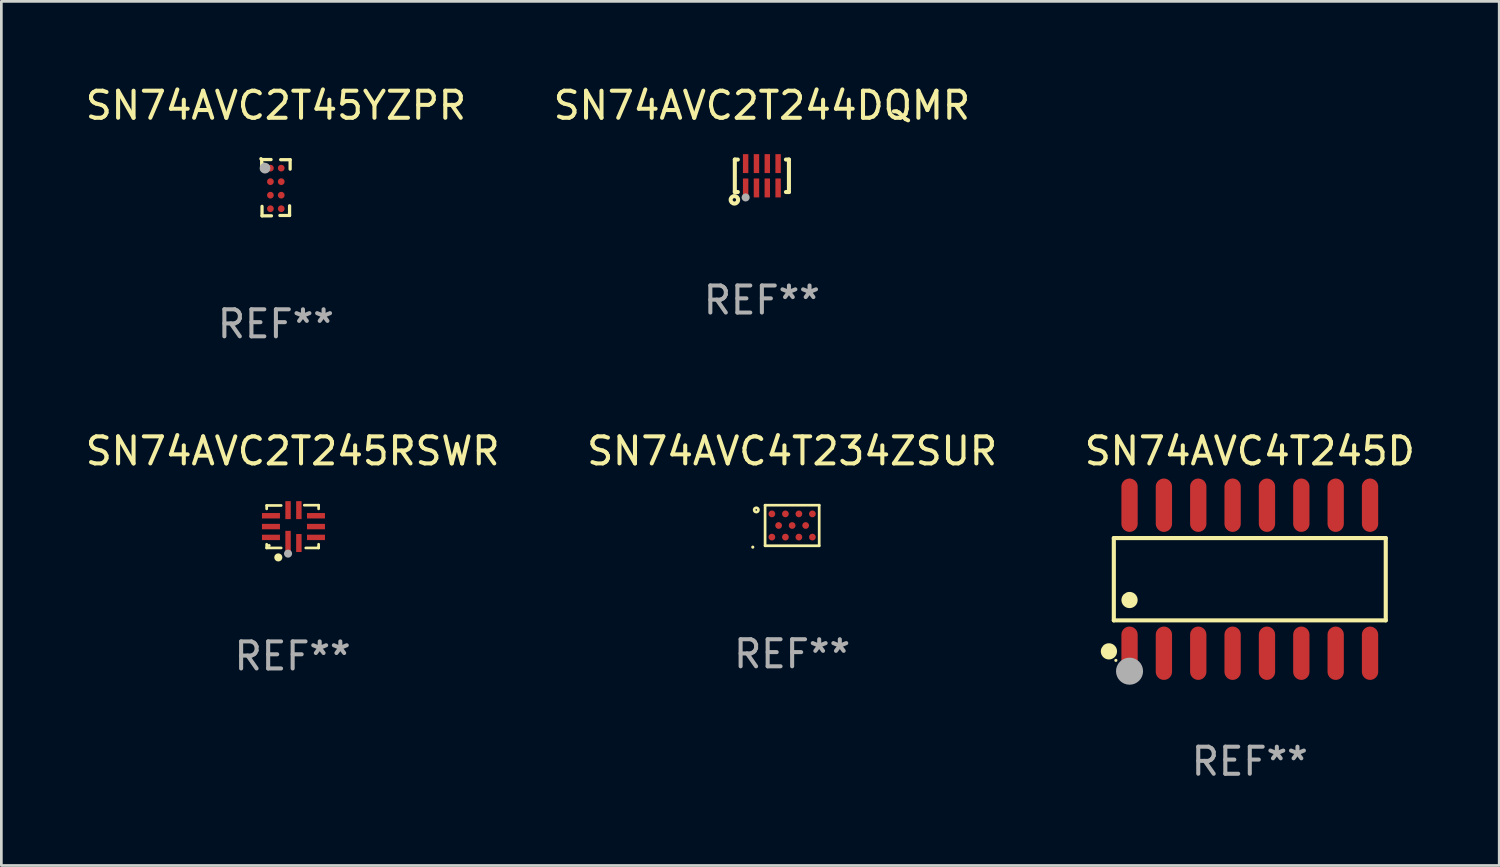
<source format=kicad_pcb>
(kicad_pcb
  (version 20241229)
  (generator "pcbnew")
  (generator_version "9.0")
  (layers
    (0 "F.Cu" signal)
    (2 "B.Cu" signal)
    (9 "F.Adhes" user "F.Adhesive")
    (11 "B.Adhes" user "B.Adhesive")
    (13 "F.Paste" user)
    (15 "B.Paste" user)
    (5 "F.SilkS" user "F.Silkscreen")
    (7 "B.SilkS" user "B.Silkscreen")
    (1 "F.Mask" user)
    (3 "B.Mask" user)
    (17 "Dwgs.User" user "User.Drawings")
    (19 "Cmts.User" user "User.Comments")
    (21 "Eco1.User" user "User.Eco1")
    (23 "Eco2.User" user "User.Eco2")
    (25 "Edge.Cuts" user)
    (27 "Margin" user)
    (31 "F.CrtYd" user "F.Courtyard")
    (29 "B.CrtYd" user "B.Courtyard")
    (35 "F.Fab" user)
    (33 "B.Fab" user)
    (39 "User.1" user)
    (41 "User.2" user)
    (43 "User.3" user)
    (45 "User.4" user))
  (footprint "SN74AVC4T234ZSUR"
    (layer "F.Cu")
    (at 26.232 16.375)
    (property "Reference" "SN74AVC4T234ZSUR" (at 0 -2.75 0) (layer "F.SilkS") (effects (font (size 1 1) (thickness 0.15))))
    (attr through_hole)
    (fp_line (start -1 -0.75) (end 1 -0.75) (stroke (width 0.1) (type solid)) (layer "F.SilkS"))
    (fp_line (start -1 0.75) (end -1 -0.75) (stroke (width 0.1) (type solid)) (layer "F.SilkS"))
    (fp_line (start -1 0.75) (end 1 0.75) (stroke (width 0.1) (type solid)) (layer "F.SilkS"))
    (fp_line (start 1 -0.75) (end 1 0.75) (stroke (width 0.1) (type solid)) (layer "F.SilkS"))
    (fp_circle (center -1.455 0.8) (end -1.425 0.8) (stroke (width 0.06) (type solid)) (fill no) (layer "F.SilkS"))
    (fp_circle (center -1.325 -0.575) (end -1.245 -0.575) (stroke (width 0.1) (type solid)) (fill no) (layer "F.SilkS"))
    (fp_text user "REF**" (at 0 4.75 0) (layer "F.Fab") (effects (font (size 1 1) (thickness 0.15))))
    (pad "A1" smd circle (at -0.749 -0.429) (size 0.25 0.25) (layers "F.Cu" "F.Mask" "F.Paste"))
    (pad "A3" smd circle (at -0.249 -0.429) (size 0.25 0.25) (layers "F.Cu" "F.Mask" "F.Paste"))
    (pad "A5" smd circle (at 0.249 -0.429) (size 0.25 0.25) (layers "F.Cu" "F.Mask" "F.Paste"))
    (pad "A7" smd circle (at 0.749 -0.429) (size 0.25 0.25) (layers "F.Cu" "F.Mask" "F.Paste"))
    (pad "B2" smd circle (at -0.5 0) (size 0.25 0.25) (layers "F.Cu" "F.Mask" "F.Paste"))
    (pad "B4" smd circle (at 0 0) (size 0.25 0.25) (layers "F.Cu" "F.Mask" "F.Paste"))
    (pad "B6" smd circle (at 0.5 0) (size 0.25 0.25) (layers "F.Cu" "F.Mask" "F.Paste"))
    (pad "C1" smd circle (at -0.749 0.429) (size 0.25 0.25) (layers "F.Cu" "F.Mask" "F.Paste"))
    (pad "C3" smd circle (at -0.249 0.429) (size 0.25 0.25) (layers "F.Cu" "F.Mask" "F.Paste"))
    (pad "C5" smd circle (at 0.249 0.429) (size 0.25 0.25) (layers "F.Cu" "F.Mask" "F.Paste"))
    (pad "C7" smd circle (at 0.749 0.429) (size 0.25 0.25) (layers "F.Cu" "F.Mask" "F.Paste")))
  (footprint "SN74AVC4T245D"
    (layer "F.Cu")
    (at 43.149 18.361)
    (property "Reference" "SN74AVC4T245D" (at 0 -4.736 0) (layer "F.SilkS") (effects (font (size 1 1) (thickness 0.15))))
    (attr through_hole)
    (fp_line (start -5.026 -1.521) (end 5.026 -1.521) (stroke (width 0.152) (type solid)) (layer "F.SilkS"))
    (fp_line (start -5.026 1.521) (end -5.026 -1.521) (stroke (width 0.152) (type solid)) (layer "F.SilkS"))
    (fp_line (start 5.026 -1.521) (end 5.026 1.521) (stroke (width 0.152) (type solid)) (layer "F.SilkS"))
    (fp_line (start 5.026 1.521) (end -5.026 1.521) (stroke (width 0.152) (type solid)) (layer "F.SilkS"))
    (fp_circle (center -5.207 2.667) (end -5.057 2.667) (stroke (width 0.3) (type solid)) (fill no) (layer "F.SilkS"))
    (fp_circle (center -4.95 3) (end -4.92 3) (stroke (width 0.06) (type solid)) (fill no) (layer "F.SilkS"))
    (fp_circle (center -4.445 0.769) (end -4.295 0.769) (stroke (width 0.3) (type solid)) (fill no) (layer "F.SilkS"))
    (fp_circle (center -4.445 3.4) (end -4.195 3.4) (stroke (width 0.5) (type solid)) (fill no) (layer "F.Fab"))
    (fp_text user "REF**" (at 0 6.736 0) (layer "F.Fab") (effects (font (size 1 1) (thickness 0.15))))
    (pad "1" smd oval (at -4.445 2.736) (size 0.602 1.971) (layers "F.Cu" "F.Mask" "F.Paste"))
    (pad "2" smd oval (at -3.175 2.736) (size 0.602 1.971) (layers "F.Cu" "F.Mask" "F.Paste"))
    (pad "3" smd oval (at -1.905 2.736) (size 0.602 1.971) (layers "F.Cu" "F.Mask" "F.Paste"))
    (pad "4" smd oval (at -0.635 2.736) (size 0.602 1.971) (layers "F.Cu" "F.Mask" "F.Paste"))
    (pad "5" smd oval (at 0.635 2.736) (size 0.602 1.971) (layers "F.Cu" "F.Mask" "F.Paste"))
    (pad "6" smd oval (at 1.905 2.736) (size 0.602 1.971) (layers "F.Cu" "F.Mask" "F.Paste"))
    (pad "7" smd oval (at 3.175 2.736) (size 0.602 1.971) (layers "F.Cu" "F.Mask" "F.Paste"))
    (pad "8" smd oval (at 4.445 2.736) (size 0.602 1.971) (layers "F.Cu" "F.Mask" "F.Paste"))
    (pad "9" smd oval (at 4.445 -2.736) (size 0.602 1.971) (layers "F.Cu" "F.Mask" "F.Paste"))
    (pad "10" smd oval (at 3.175 -2.736) (size 0.602 1.971) (layers "F.Cu" "F.Mask" "F.Paste"))
    (pad "11" smd oval (at 1.905 -2.736) (size 0.602 1.971) (layers "F.Cu" "F.Mask" "F.Paste"))
    (pad "12" smd oval (at 0.635 -2.736) (size 0.602 1.971) (layers "F.Cu" "F.Mask" "F.Paste"))
    (pad "13" smd oval (at -0.635 -2.736) (size 0.602 1.971) (layers "F.Cu" "F.Mask" "F.Paste"))
    (pad "14" smd oval (at -1.905 -2.736) (size 0.602 1.971) (layers "F.Cu" "F.Mask" "F.Paste"))
    (pad "15" smd oval (at -3.175 -2.736) (size 0.602 1.971) (layers "F.Cu" "F.Mask" "F.Paste"))
    (pad "16" smd oval (at -4.445 -2.736) (size 0.602 1.971) (layers "F.Cu" "F.Mask" "F.Paste")))
  (footprint "SN74AVC2T45YZPR"
    (layer "F.Cu")
    (at 7.149 3.888)
    (property "Reference" "SN74AVC2T45YZPR" (at 0 -3.04 0) (layer "F.SilkS") (effects (font (size 1 1) (thickness 0.15))))
    (attr through_hole)
    (fp_line (start -0.526 -1.04) (end -0.178 -1.04) (stroke (width 0.12) (type solid)) (layer "F.SilkS"))
    (fp_line (start -0.526 -0.69) (end -0.526 -1.04) (stroke (width 0.12) (type solid)) (layer "F.SilkS"))
    (fp_line (start -0.513 0.69) (end -0.513 1.04) (stroke (width 0.12) (type solid)) (layer "F.SilkS"))
    (fp_line (start -0.513 1.04) (end -0.163 1.04) (stroke (width 0.12) (type solid)) (layer "F.SilkS"))
    (fp_line (start 0.147 1.027) (end 0.505 1.027) (stroke (width 0.12) (type solid)) (layer "F.SilkS"))
    (fp_line (start 0.505 1.027) (end 0.505 0.669) (stroke (width 0.12) (type solid)) (layer "F.SilkS"))
    (fp_line (start 0.526 -1.035) (end 0.175 -1.035) (stroke (width 0.12) (type solid)) (layer "F.SilkS"))
    (fp_line (start 0.526 -0.685) (end 0.526 -1.035) (stroke (width 0.12) (type solid)) (layer "F.SilkS"))
    (fp_arc (start -0.55334 -1.062484) (mid -0.553095 -1.067827) (end -0.552375 -1.073127) (stroke (width 0.11999) (type solid)) (layer "F.SilkS"))
    (fp_circle (center -0.453 -0.873) (end -0.423 -0.873) (stroke (width 0.06) (type solid)) (fill no) (layer "F.SilkS"))
    (fp_circle (center -0.403 -0.723) (end -0.303 -0.723) (stroke (width 0.2) (type solid)) (fill no) (layer "F.Fab"))
    (fp_text user "REF**" (at 0 5.04 0) (layer "F.Fab") (effects (font (size 1 1) (thickness 0.15))))
    (pad "A1" smd circle (at -0.203 -0.723) (size 0.25 0.25) (layers "F.Cu" "F.Mask" "F.Paste"))
    (pad "A2" smd circle (at 0.197 -0.723) (size 0.25 0.25) (layers "F.Cu" "F.Mask" "F.Paste"))
    (pad "B1" smd circle (at -0.203 -0.223) (size 0.25 0.25) (layers "F.Cu" "F.Mask" "F.Paste"))
    (pad "B2" smd circle (at 0.197 -0.223) (size 0.25 0.25) (layers "F.Cu" "F.Mask" "F.Paste"))
    (pad "C1" smd circle (at -0.203 0.277) (size 0.25 0.25) (layers "F.Cu" "F.Mask" "F.Paste"))
    (pad "C2" smd circle (at 0.197 0.277) (size 0.25 0.25) (layers "F.Cu" "F.Mask" "F.Paste"))
    (pad "D1" smd circle (at -0.203 0.777) (size 0.25 0.25) (layers "F.Cu" "F.Mask" "F.Paste"))
    (pad "D2" smd circle (at 0.197 0.777) (size 0.25 0.25) (layers "F.Cu" "F.Mask" "F.Paste")))
  (footprint "SN74AVC2T244DQMR"
    (layer "F.Cu")
    (at 25.113 3.448)
    (property "Reference" "SN74AVC2T244DQMR" (at 0 -2.6 0) (layer "F.SilkS") (effects (font (size 1 1) (thickness 0.15))))
    (attr through_hole)
    (fp_line (start -1 -0.6) (end -1 0.6) (stroke (width 0.15) (type solid)) (layer "F.SilkS"))
    (fp_line (start -1 0.6) (end -0.889 0.6) (stroke (width 0.15) (type solid)) (layer "F.SilkS"))
    (fp_line (start -0.889 -0.6) (end -1 -0.6) (stroke (width 0.15) (type solid)) (layer "F.SilkS"))
    (fp_line (start 0.889 0.6) (end 1 0.6) (stroke (width 0.15) (type solid)) (layer "F.SilkS"))
    (fp_line (start 1 -0.6) (end 0.889 -0.6) (stroke (width 0.15) (type solid)) (layer "F.SilkS"))
    (fp_line (start 1 0.6) (end 1 -0.6) (stroke (width 0.15) (type solid)) (layer "F.SilkS"))
    (fp_circle (center -1.016 0.889) (end -0.953 0.889) (stroke (width 0.15) (type solid)) (fill no) (layer "F.SilkS"))
    (fp_circle (center -0.9 0.608) (end -0.87 0.608) (stroke (width 0.06) (type solid)) (fill no) (layer "F.SilkS"))
    (fp_circle (center -0.6 0.8) (end -0.525 0.8) (stroke (width 0.15) (type solid)) (fill no) (layer "F.Fab"))
    (fp_text user "REF**" (at 0 4.6 0) (layer "F.Fab") (effects (font (size 1 1) (thickness 0.15))))
    (pad "1" smd rect (at -0.6 0.45) (size 0.2 0.7) (layers "F.Cu" "F.Mask" "F.Paste"))
    (pad "2" smd rect (at -0.2 0.45) (size 0.2 0.7) (layers "F.Cu" "F.Mask" "F.Paste"))
    (pad "3" smd rect (at 0.2 0.45) (size 0.2 0.7) (layers "F.Cu" "F.Mask" "F.Paste"))
    (pad "4" smd rect (at 0.6 0.45) (size 0.2 0.7) (layers "F.Cu" "F.Mask" "F.Paste"))
    (pad "5" smd rect (at 0.6 -0.45) (size 0.2 0.7) (layers "F.Cu" "F.Mask" "F.Paste"))
    (pad "6" smd rect (at 0.2 -0.45) (size 0.2 0.7) (layers "F.Cu" "F.Mask" "F.Paste"))
    (pad "7" smd rect (at -0.2 -0.45) (size 0.2 0.7) (layers "F.Cu" "F.Mask" "F.Paste"))
    (pad "8" smd rect (at -0.6 -0.45) (size 0.2 0.7) (layers "F.Cu" "F.Mask" "F.Paste")))
  (footprint "SN74AVC2T245RSWR"
    (layer "F.Cu")
    (at 7.768 16.415)
    (property "Reference" "SN74AVC2T245RSWR" (at 0 -2.79 0) (layer "F.SilkS") (effects (font (size 1 1) (thickness 0.15))))
    (attr through_hole)
    (fp_line (start -0.96 -0.78) (end -0.424 -0.78) (stroke (width 0.1) (type solid)) (layer "F.SilkS"))
    (fp_line (start -0.96 -0.654) (end -0.96 -0.78) (stroke (width 0.1) (type solid)) (layer "F.SilkS"))
    (fp_line (start -0.96 0.79) (end -0.96 0.654) (stroke (width 0.1) (type solid)) (layer "F.SilkS"))
    (fp_line (start -0.424 0.79) (end -0.96 0.79) (stroke (width 0.1) (type solid)) (layer "F.SilkS"))
    (fp_line (start 0.43 -0.79) (end 0.96 -0.79) (stroke (width 0.1) (type solid)) (layer "F.SilkS"))
    (fp_line (start 0.96 -0.79) (end 0.96 -0.654) (stroke (width 0.1) (type solid)) (layer "F.SilkS"))
    (fp_line (start 0.96 0.654) (end 0.96 0.76) (stroke (width 0.1) (type solid)) (layer "F.SilkS"))
    (fp_line (start 0.96 0.76) (end 0.96 0.79) (stroke (width 0.1) (type solid)) (layer "F.SilkS"))
    (fp_line (start 0.96 0.79) (end 0.484 0.79) (stroke (width 0.1) (type solid)) (layer "F.SilkS"))
    (fp_circle (center -0.87 0.7) (end -0.84 0.7) (stroke (width 0.06) (type solid)) (fill no) (layer "F.SilkS"))
    (fp_circle (center -0.53 1.14) (end -0.455 1.14) (stroke (width 0.15) (type solid)) (fill no) (layer "F.SilkS"))
    (fp_circle (center -0.17 1) (end -0.095 1) (stroke (width 0.15) (type solid)) (fill no) (layer "F.Fab"))
    (fp_text user "REF**" (at 0 4.79 0) (layer "F.Fab") (effects (font (size 1 1) (thickness 0.15))))
    (pad "1" smd rect (at -0.17 0.608) (size 0.2 0.9) (layers "F.Cu" "F.Mask" "F.Paste"))
    (pad "2" smd rect (at 0.23 0.608) (size 0.2 0.665) (layers "F.Cu" "F.Mask" "F.Paste"))
    (pad "3" smd rect (at 0.862 0.4) (size 0.665 0.2) (layers "F.Cu" "F.Mask" "F.Paste"))
    (pad "4" smd rect (at 0.862 0) (size 0.665 0.2) (layers "F.Cu" "F.Mask" "F.Paste"))
    (pad "5" smd rect (at 0.862 -0.4) (size 0.665 0.2) (layers "F.Cu" "F.Mask" "F.Paste"))
    (pad "6" smd rect (at 0.23 -0.608) (size 0.2 0.665) (layers "F.Cu" "F.Mask" "F.Paste"))
    (pad "7" smd rect (at -0.17 -0.608) (size 0.2 0.665) (layers "F.Cu" "F.Mask" "F.Paste"))
    (pad "8" smd rect (at -0.802 -0.4) (size 0.665 0.2) (layers "F.Cu" "F.Mask" "F.Paste"))
    (pad "9" smd rect (at -0.802 0) (size 0.665 0.2) (layers "F.Cu" "F.Mask" "F.Paste"))
    (pad "10" smd rect (at -0.802 0.4) (size 0.665 0.2) (layers "F.Cu" "F.Mask" "F.Paste")))
  (gr_rect
    (start -3 -3)
    (end 52.369 28.944)
    (stroke (width 0.1) (type default))
    (fill no)
    (layer "Edge.Cuts")))
</source>
